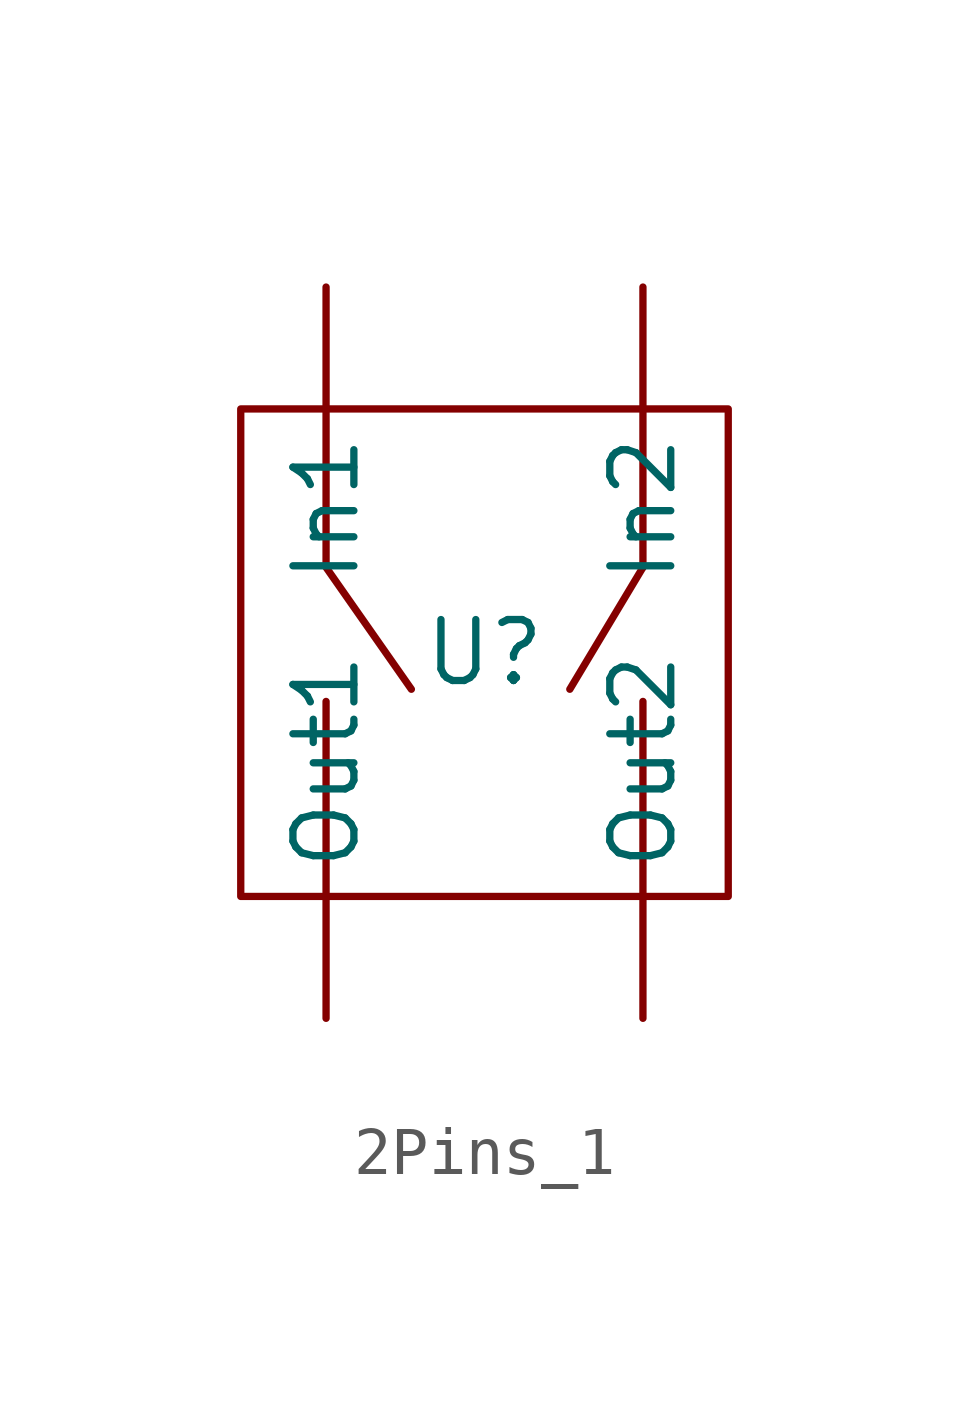
<source format=kicad_sym>
(kicad_symbol_lib
  (version 20241209)
  (generator "kicad_symbol_editor")
  (generator_version "9.0")
  (symbol "2Pins_1"
    (property "Reference" "U"
      (at 0 0 0)
      (effects (font (size 1.27 1.27))))
    (property "Value" ""
      (at 0 0 0)
      (effects (font (size 1.27 1.27))))
    (symbol "2Pins_1_0_1"
      (rectangle (start -5.08 5.08) (end 5.08 -5.08) (stroke (width 0) (type default)) (fill (type none)))
      (polyline (pts (xy -3.302 5.08) (xy -3.302 1.778) (xy -1.524 -0.762)) (stroke (width 0) (type default)) (fill (type none)))
      (polyline (pts (xy -3.302 -5.08) (xy -3.302 -1.016)) (stroke (width 0) (type default)) (fill (type none)))
      (polyline (pts (xy 3.302 5.08) (xy 3.302 1.778)) (stroke (width 0) (type default)) (fill (type none)))
      (polyline (pts (xy 3.302 1.778) (xy 1.778 -0.762)) (stroke (width 0) (type default)) (fill (type none)))
      (polyline (pts (xy 3.302 -5.08) (xy 3.302 -1.016)) (stroke (width 0) (type default)) (fill (type none))))
    (symbol "2Pins_1_1_1"
      (pin input line (at -3.302 7.62 270) (length 2.54) (name "In1" (effects (font (size 1.27 1.27)))) (number "" (effects (font (size 1.27 1.27)))))
      (pin input line (at -3.302 -7.62 90) (length 2.54) (name "Out1" (effects (font (size 1.27 1.27)))) (number "" (effects (font (size 1.27 1.27)))))
      (pin input line (at 3.302 7.62 270) (length 2.54) (name "In2" (effects (font (size 1.27 1.27)))) (number "" (effects (font (size 1.27 1.27)))))
      (pin input line (at 3.302 -7.62 90) (length 2.54) (name "Out2" (effects (font (size 1.27 1.27)))) (number "" (effects (font (size 1.27 1.27))))))))
</source>
